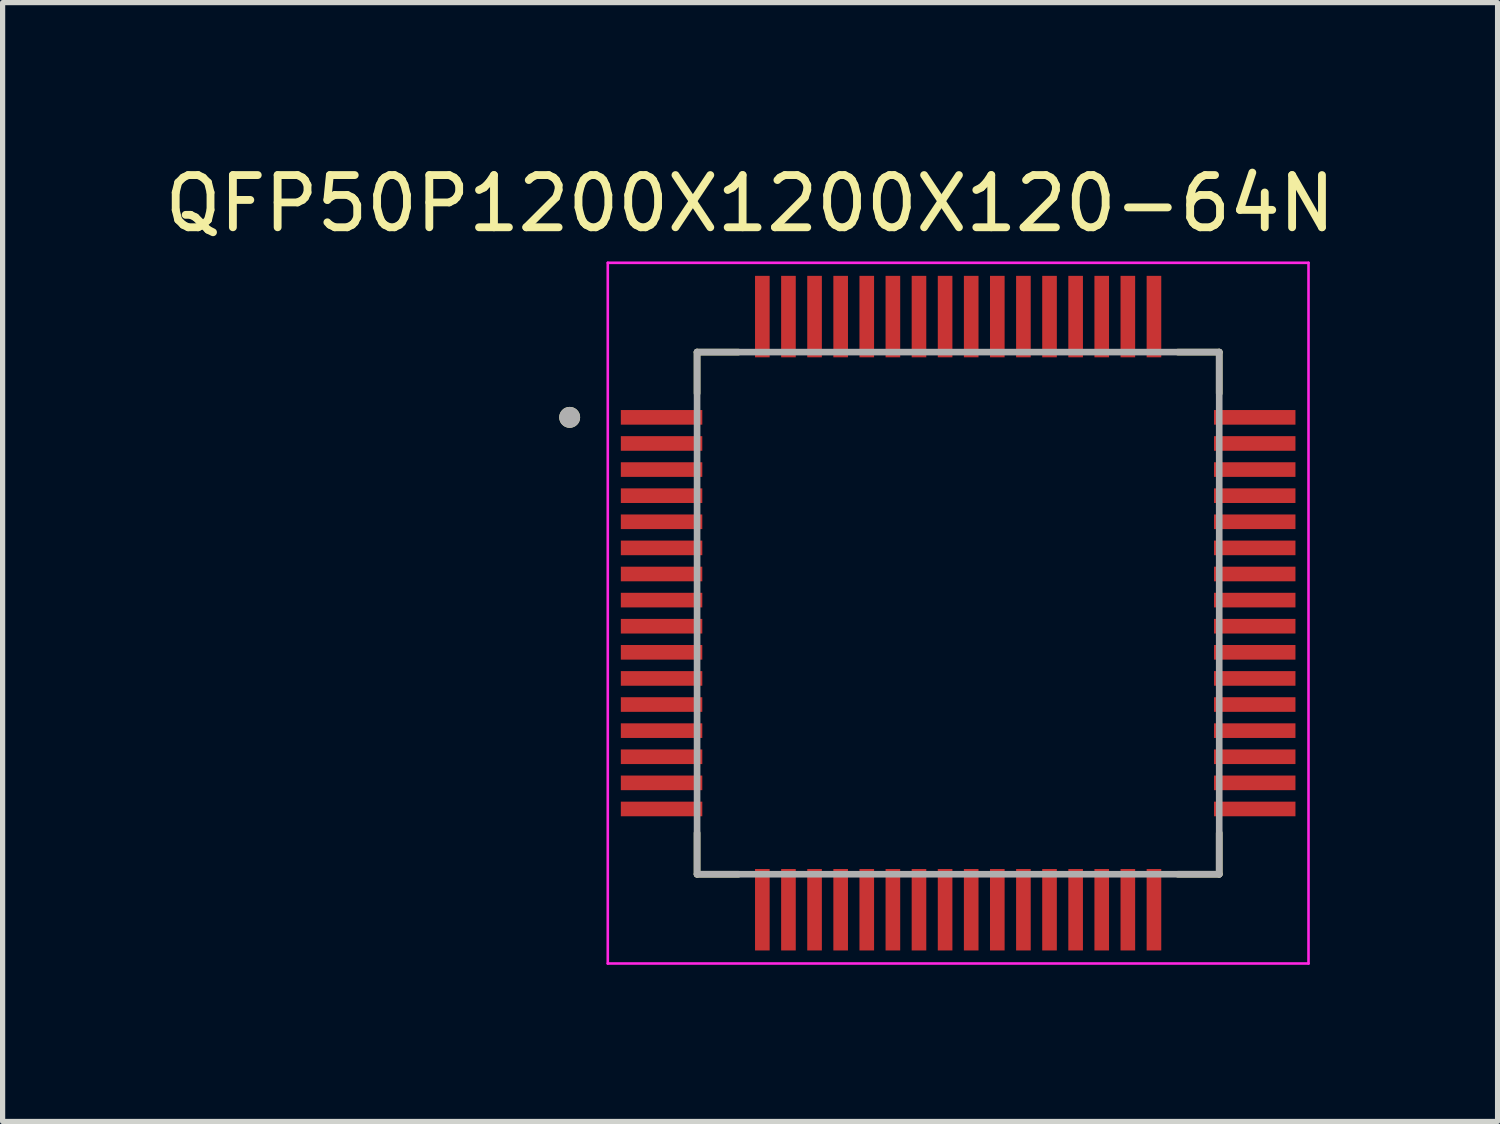
<source format=kicad_pcb>
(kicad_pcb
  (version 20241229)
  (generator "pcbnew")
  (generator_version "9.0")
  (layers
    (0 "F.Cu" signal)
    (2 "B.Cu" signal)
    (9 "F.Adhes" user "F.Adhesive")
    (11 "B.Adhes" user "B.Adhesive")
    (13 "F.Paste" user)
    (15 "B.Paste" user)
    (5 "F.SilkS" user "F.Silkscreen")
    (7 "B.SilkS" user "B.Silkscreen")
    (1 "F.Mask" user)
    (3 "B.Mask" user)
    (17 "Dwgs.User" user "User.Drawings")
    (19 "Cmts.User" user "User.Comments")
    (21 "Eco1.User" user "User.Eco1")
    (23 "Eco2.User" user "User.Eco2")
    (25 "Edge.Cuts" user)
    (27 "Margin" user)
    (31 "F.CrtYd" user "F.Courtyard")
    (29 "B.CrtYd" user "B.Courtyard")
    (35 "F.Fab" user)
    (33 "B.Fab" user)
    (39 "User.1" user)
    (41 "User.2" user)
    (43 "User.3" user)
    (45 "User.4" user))
  (footprint "QFP50P1200X1200X120-64N"
    (layer "F.Cu")
    (at 15.3 8.693)
    (property "Reference" "QFP50P1200X1200X120-64N" (at -3.985 -7.845 0) (layer "F.SilkS") (effects (font (size 1 1) (thickness 0.15))))
    (attr through_hole)
    (fp_line (start -5 -5) (end -5 -4.21) (stroke (width 0.127) (type solid)) (layer "F.SilkS"))
    (fp_line (start -5 -5) (end -4.21 -5) (stroke (width 0.127) (type solid)) (layer "F.SilkS"))
    (fp_line (start -5 5) (end -5 4.21) (stroke (width 0.127) (type solid)) (layer "F.SilkS"))
    (fp_line (start -5 5) (end -4.21 5) (stroke (width 0.127) (type solid)) (layer "F.SilkS"))
    (fp_line (start 5 -5) (end 4.21 -5) (stroke (width 0.127) (type solid)) (layer "F.SilkS"))
    (fp_line (start 5 -5) (end 5 -4.21) (stroke (width 0.127) (type solid)) (layer "F.SilkS"))
    (fp_line (start 5 5) (end 4.21 5) (stroke (width 0.127) (type solid)) (layer "F.SilkS"))
    (fp_line (start 5 5) (end 5 4.21) (stroke (width 0.127) (type solid)) (layer "F.SilkS"))
    (fp_circle (center -7.44 -3.75) (end -7.34 -3.75) (stroke (width 0.2) (type solid)) (fill no) (layer "F.SilkS"))
    (fp_line (start -6.71 -6.71) (end 6.71 -6.71) (stroke (width 0.05) (type solid)) (layer "F.CrtYd"))
    (fp_line (start -6.71 6.71) (end -6.71 -6.71) (stroke (width 0.05) (type solid)) (layer "F.CrtYd"))
    (fp_line (start -6.71 6.71) (end 6.71 6.71) (stroke (width 0.05) (type solid)) (layer "F.CrtYd"))
    (fp_line (start 6.71 6.71) (end 6.71 -6.71) (stroke (width 0.05) (type solid)) (layer "F.CrtYd"))
    (fp_line (start -5 5) (end -5 -5) (stroke (width 0.127) (type solid)) (layer "F.Fab"))
    (fp_line (start 5 -5) (end -5 -5) (stroke (width 0.127) (type solid)) (layer "F.Fab"))
    (fp_line (start 5 5) (end -5 5) (stroke (width 0.127) (type solid)) (layer "F.Fab"))
    (fp_line (start 5 5) (end 5 -5) (stroke (width 0.127) (type solid)) (layer "F.Fab"))
    (fp_circle (center -7.44 -3.75) (end -7.34 -3.75) (stroke (width 0.2) (type solid)) (fill no) (layer "F.Fab"))
    (pad "1" smd rect (at -5.68 -3.75) (size 1.56 0.28) (layers "F.Cu" "F.Mask" "F.Paste"))
    (pad "2" smd rect (at -5.68 -3.25) (size 1.56 0.28) (layers "F.Cu" "F.Mask" "F.Paste"))
    (pad "3" smd rect (at -5.68 -2.75) (size 1.56 0.28) (layers "F.Cu" "F.Mask" "F.Paste"))
    (pad "4" smd rect (at -5.68 -2.25) (size 1.56 0.28) (layers "F.Cu" "F.Mask" "F.Paste"))
    (pad "5" smd rect (at -5.68 -1.75) (size 1.56 0.28) (layers "F.Cu" "F.Mask" "F.Paste"))
    (pad "6" smd rect (at -5.68 -1.25) (size 1.56 0.28) (layers "F.Cu" "F.Mask" "F.Paste"))
    (pad "7" smd rect (at -5.68 -0.75) (size 1.56 0.28) (layers "F.Cu" "F.Mask" "F.Paste"))
    (pad "8" smd rect (at -5.68 -0.25) (size 1.56 0.28) (layers "F.Cu" "F.Mask" "F.Paste"))
    (pad "9" smd rect (at -5.68 0.25) (size 1.56 0.28) (layers "F.Cu" "F.Mask" "F.Paste"))
    (pad "10" smd rect (at -5.68 0.75) (size 1.56 0.28) (layers "F.Cu" "F.Mask" "F.Paste"))
    (pad "11" smd rect (at -5.68 1.25) (size 1.56 0.28) (layers "F.Cu" "F.Mask" "F.Paste"))
    (pad "12" smd rect (at -5.68 1.75) (size 1.56 0.28) (layers "F.Cu" "F.Mask" "F.Paste"))
    (pad "13" smd rect (at -5.68 2.25) (size 1.56 0.28) (layers "F.Cu" "F.Mask" "F.Paste"))
    (pad "14" smd rect (at -5.68 2.75) (size 1.56 0.28) (layers "F.Cu" "F.Mask" "F.Paste"))
    (pad "15" smd rect (at -5.68 3.25) (size 1.56 0.28) (layers "F.Cu" "F.Mask" "F.Paste"))
    (pad "16" smd rect (at -5.68 3.75) (size 1.56 0.28) (layers "F.Cu" "F.Mask" "F.Paste"))
    (pad "17" smd rect (at -3.75 5.68) (size 0.28 1.56) (layers "F.Cu" "F.Mask" "F.Paste"))
    (pad "18" smd rect (at -3.25 5.68) (size 0.28 1.56) (layers "F.Cu" "F.Mask" "F.Paste"))
    (pad "19" smd rect (at -2.75 5.68) (size 0.28 1.56) (layers "F.Cu" "F.Mask" "F.Paste"))
    (pad "20" smd rect (at -2.25 5.68) (size 0.28 1.56) (layers "F.Cu" "F.Mask" "F.Paste"))
    (pad "21" smd rect (at -1.75 5.68) (size 0.28 1.56) (layers "F.Cu" "F.Mask" "F.Paste"))
    (pad "22" smd rect (at -1.25 5.68) (size 0.28 1.56) (layers "F.Cu" "F.Mask" "F.Paste"))
    (pad "23" smd rect (at -0.75 5.68) (size 0.28 1.56) (layers "F.Cu" "F.Mask" "F.Paste"))
    (pad "24" smd rect (at -0.25 5.68) (size 0.28 1.56) (layers "F.Cu" "F.Mask" "F.Paste"))
    (pad "25" smd rect (at 0.25 5.68) (size 0.28 1.56) (layers "F.Cu" "F.Mask" "F.Paste"))
    (pad "26" smd rect (at 0.75 5.68) (size 0.28 1.56) (layers "F.Cu" "F.Mask" "F.Paste"))
    (pad "27" smd rect (at 1.25 5.68) (size 0.28 1.56) (layers "F.Cu" "F.Mask" "F.Paste"))
    (pad "28" smd rect (at 1.75 5.68) (size 0.28 1.56) (layers "F.Cu" "F.Mask" "F.Paste"))
    (pad "29" smd rect (at 2.25 5.68) (size 0.28 1.56) (layers "F.Cu" "F.Mask" "F.Paste"))
    (pad "30" smd rect (at 2.75 5.68) (size 0.28 1.56) (layers "F.Cu" "F.Mask" "F.Paste"))
    (pad "31" smd rect (at 3.25 5.68) (size 0.28 1.56) (layers "F.Cu" "F.Mask" "F.Paste"))
    (pad "32" smd rect (at 3.75 5.68) (size 0.28 1.56) (layers "F.Cu" "F.Mask" "F.Paste"))
    (pad "33" smd rect (at 5.68 3.75) (size 1.56 0.28) (layers "F.Cu" "F.Mask" "F.Paste"))
    (pad "34" smd rect (at 5.68 3.25) (size 1.56 0.28) (layers "F.Cu" "F.Mask" "F.Paste"))
    (pad "35" smd rect (at 5.68 2.75) (size 1.56 0.28) (layers "F.Cu" "F.Mask" "F.Paste"))
    (pad "36" smd rect (at 5.68 2.25) (size 1.56 0.28) (layers "F.Cu" "F.Mask" "F.Paste"))
    (pad "37" smd rect (at 5.68 1.75) (size 1.56 0.28) (layers "F.Cu" "F.Mask" "F.Paste"))
    (pad "38" smd rect (at 5.68 1.25) (size 1.56 0.28) (layers "F.Cu" "F.Mask" "F.Paste"))
    (pad "39" smd rect (at 5.68 0.75) (size 1.56 0.28) (layers "F.Cu" "F.Mask" "F.Paste"))
    (pad "40" smd rect (at 5.68 0.25) (size 1.56 0.28) (layers "F.Cu" "F.Mask" "F.Paste"))
    (pad "41" smd rect (at 5.68 -0.25) (size 1.56 0.28) (layers "F.Cu" "F.Mask" "F.Paste"))
    (pad "42" smd rect (at 5.68 -0.75) (size 1.56 0.28) (layers "F.Cu" "F.Mask" "F.Paste"))
    (pad "43" smd rect (at 5.68 -1.25) (size 1.56 0.28) (layers "F.Cu" "F.Mask" "F.Paste"))
    (pad "44" smd rect (at 5.68 -1.75) (size 1.56 0.28) (layers "F.Cu" "F.Mask" "F.Paste"))
    (pad "45" smd rect (at 5.68 -2.25) (size 1.56 0.28) (layers "F.Cu" "F.Mask" "F.Paste"))
    (pad "46" smd rect (at 5.68 -2.75) (size 1.56 0.28) (layers "F.Cu" "F.Mask" "F.Paste"))
    (pad "47" smd rect (at 5.68 -3.25) (size 1.56 0.28) (layers "F.Cu" "F.Mask" "F.Paste"))
    (pad "48" smd rect (at 5.68 -3.75) (size 1.56 0.28) (layers "F.Cu" "F.Mask" "F.Paste"))
    (pad "49" smd rect (at 3.75 -5.68) (size 0.28 1.56) (layers "F.Cu" "F.Mask" "F.Paste"))
    (pad "50" smd rect (at 3.25 -5.68) (size 0.28 1.56) (layers "F.Cu" "F.Mask" "F.Paste"))
    (pad "51" smd rect (at 2.75 -5.68) (size 0.28 1.56) (layers "F.Cu" "F.Mask" "F.Paste"))
    (pad "52" smd rect (at 2.25 -5.68) (size 0.28 1.56) (layers "F.Cu" "F.Mask" "F.Paste"))
    (pad "53" smd rect (at 1.75 -5.68) (size 0.28 1.56) (layers "F.Cu" "F.Mask" "F.Paste"))
    (pad "54" smd rect (at 1.25 -5.68) (size 0.28 1.56) (layers "F.Cu" "F.Mask" "F.Paste"))
    (pad "55" smd rect (at 0.75 -5.68) (size 0.28 1.56) (layers "F.Cu" "F.Mask" "F.Paste"))
    (pad "56" smd rect (at 0.25 -5.68) (size 0.28 1.56) (layers "F.Cu" "F.Mask" "F.Paste"))
    (pad "57" smd rect (at -0.25 -5.68) (size 0.28 1.56) (layers "F.Cu" "F.Mask" "F.Paste"))
    (pad "58" smd rect (at -0.75 -5.68) (size 0.28 1.56) (layers "F.Cu" "F.Mask" "F.Paste"))
    (pad "59" smd rect (at -1.25 -5.68) (size 0.28 1.56) (layers "F.Cu" "F.Mask" "F.Paste"))
    (pad "60" smd rect (at -1.75 -5.68) (size 0.28 1.56) (layers "F.Cu" "F.Mask" "F.Paste"))
    (pad "61" smd rect (at -2.25 -5.68) (size 0.28 1.56) (layers "F.Cu" "F.Mask" "F.Paste"))
    (pad "62" smd rect (at -2.75 -5.68) (size 0.28 1.56) (layers "F.Cu" "F.Mask" "F.Paste"))
    (pad "63" smd rect (at -3.25 -5.68) (size 0.28 1.56) (layers "F.Cu" "F.Mask" "F.Paste"))
    (pad "64" smd rect (at -3.75 -5.68) (size 0.28 1.56) (layers "F.Cu" "F.Mask" "F.Paste")))
  (gr_rect
    (start -3 -3)
    (end 25.631 18.428)
    (stroke (width 0.1) (type default))
    (fill no)
    (layer "Edge.Cuts")))
</source>
